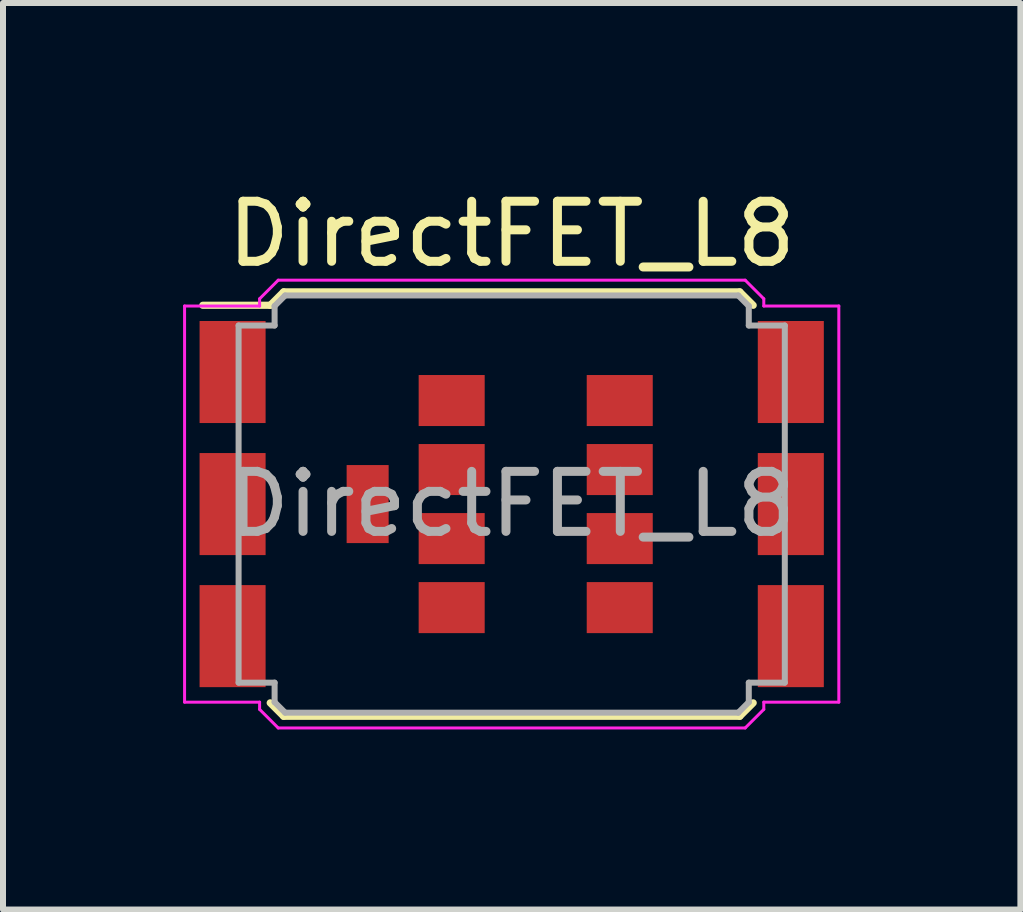
<source format=kicad_pcb>
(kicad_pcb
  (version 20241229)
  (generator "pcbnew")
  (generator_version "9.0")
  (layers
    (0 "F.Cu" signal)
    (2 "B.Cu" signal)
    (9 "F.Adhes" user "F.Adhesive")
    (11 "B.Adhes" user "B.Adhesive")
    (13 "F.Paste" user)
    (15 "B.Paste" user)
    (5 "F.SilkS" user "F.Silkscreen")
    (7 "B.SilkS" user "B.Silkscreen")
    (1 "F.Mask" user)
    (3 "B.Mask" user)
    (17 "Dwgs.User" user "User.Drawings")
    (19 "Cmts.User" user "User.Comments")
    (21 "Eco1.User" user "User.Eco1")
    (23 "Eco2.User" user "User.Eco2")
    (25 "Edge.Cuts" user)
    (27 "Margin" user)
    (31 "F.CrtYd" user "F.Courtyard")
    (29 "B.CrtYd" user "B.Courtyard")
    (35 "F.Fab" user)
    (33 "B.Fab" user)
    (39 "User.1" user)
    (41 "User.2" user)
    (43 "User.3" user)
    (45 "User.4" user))
  (footprint "DirectFET_L8"
    (layer "F.Cu")
    (at 5.475 5.348)
    (property "Reference" "DirectFET_L8" (at 0 -4.5 0) (layer "F.SilkS") (effects (font (size 1 1) (thickness 0.15))))
    (attr smd)
    (fp_line (start -5.146 -3.312) (end -4.023 -3.312) (stroke (width 0.12) (type solid)) (layer "F.SilkS"))
    (fp_line (start -4.023 -3.312) (end -3.8 -3.535) (stroke (width 0.12) (type solid)) (layer "F.SilkS"))
    (fp_line (start -4.023 3.312) (end -3.8 3.535) (stroke (width 0.12) (type solid)) (layer "F.SilkS"))
    (fp_line (start 3.8 -3.535) (end -3.8 -3.535) (stroke (width 0.12) (type solid)) (layer "F.SilkS"))
    (fp_line (start 3.8 3.535) (end -3.8 3.535) (stroke (width 0.12) (type solid)) (layer "F.SilkS"))
    (fp_line (start 4.023 -3.312) (end 3.8 -3.535) (stroke (width 0.12) (type solid)) (layer "F.SilkS"))
    (fp_line (start 4.023 3.312) (end 3.8 3.535) (stroke (width 0.12) (type solid)) (layer "F.SilkS"))
    (fp_line (start -5.45 -3.3) (end -5.45 3.3) (stroke (width 0.05) (type solid)) (layer "F.CrtYd"))
    (fp_line (start -4.2 -3.42) (end -3.89 -3.73) (stroke (width 0.05) (type solid)) (layer "F.CrtYd"))
    (fp_line (start -4.2 -3.3) (end -5.45 -3.3) (stroke (width 0.05) (type solid)) (layer "F.CrtYd"))
    (fp_line (start -4.2 -3.3) (end -4.2 -3.42) (stroke (width 0.05) (type solid)) (layer "F.CrtYd"))
    (fp_line (start -4.2 3.3) (end -5.45 3.3) (stroke (width 0.05) (type solid)) (layer "F.CrtYd"))
    (fp_line (start -4.2 3.3) (end -4.2 3.42) (stroke (width 0.05) (type solid)) (layer "F.CrtYd"))
    (fp_line (start -4.2 3.42) (end -3.89 3.73) (stroke (width 0.05) (type solid)) (layer "F.CrtYd"))
    (fp_line (start 3.89 -3.73) (end -3.89 -3.73) (stroke (width 0.05) (type solid)) (layer "F.CrtYd"))
    (fp_line (start 3.89 3.73) (end -3.89 3.73) (stroke (width 0.05) (type solid)) (layer "F.CrtYd"))
    (fp_line (start 4.2 -3.42) (end 3.89 -3.73) (stroke (width 0.05) (type solid)) (layer "F.CrtYd"))
    (fp_line (start 4.2 -3.3) (end 4.2 -3.42) (stroke (width 0.05) (type solid)) (layer "F.CrtYd"))
    (fp_line (start 4.2 -3.3) (end 5.45 -3.3) (stroke (width 0.05) (type solid)) (layer "F.CrtYd"))
    (fp_line (start 4.2 3.3) (end 4.2 3.42) (stroke (width 0.05) (type solid)) (layer "F.CrtYd"))
    (fp_line (start 4.2 3.3) (end 5.45 3.3) (stroke (width 0.05) (type solid)) (layer "F.CrtYd"))
    (fp_line (start 4.2 3.42) (end 3.89 3.73) (stroke (width 0.05) (type solid)) (layer "F.CrtYd"))
    (fp_line (start 5.45 -3.3) (end 5.45 3.3) (stroke (width 0.05) (type solid)) (layer "F.CrtYd"))
    (fp_line (start -4.55 -2.975) (end -4.55 2.975) (stroke (width 0.1) (type solid)) (layer "F.Fab"))
    (fp_line (start -4.55 -2.975) (end -3.95 -2.975) (stroke (width 0.1) (type solid)) (layer "F.Fab"))
    (fp_line (start -4.55 2.975) (end -3.95 2.975) (stroke (width 0.1) (type solid)) (layer "F.Fab"))
    (fp_line (start -3.95 -3.3) (end -3.775 -3.475) (stroke (width 0.1) (type solid)) (layer "F.Fab"))
    (fp_line (start -3.95 -2.975) (end -3.95 -3.3) (stroke (width 0.1) (type solid)) (layer "F.Fab"))
    (fp_line (start -3.95 2.975) (end -3.95 3.3) (stroke (width 0.1) (type solid)) (layer "F.Fab"))
    (fp_line (start -3.95 3.3) (end -3.775 3.475) (stroke (width 0.1) (type solid)) (layer "F.Fab"))
    (fp_line (start 3.775 -3.475) (end -3.775 -3.475) (stroke (width 0.1) (type solid)) (layer "F.Fab"))
    (fp_line (start 3.775 3.475) (end -3.775 3.475) (stroke (width 0.1) (type solid)) (layer "F.Fab"))
    (fp_line (start 3.95 -3.3) (end 3.775 -3.475) (stroke (width 0.1) (type solid)) (layer "F.Fab"))
    (fp_line (start 3.95 -2.975) (end 3.95 -3.3) (stroke (width 0.1) (type solid)) (layer "F.Fab"))
    (fp_line (start 3.95 2.975) (end 3.95 3.3) (stroke (width 0.1) (type solid)) (layer "F.Fab"))
    (fp_line (start 3.95 3.3) (end 3.775 3.475) (stroke (width 0.1) (type solid)) (layer "F.Fab"))
    (fp_line (start 4.55 -2.975) (end 3.95 -2.975) (stroke (width 0.1) (type solid)) (layer "F.Fab"))
    (fp_line (start 4.55 -2.975) (end 4.55 2.975) (stroke (width 0.1) (type solid)) (layer "F.Fab"))
    (fp_line (start 4.55 2.975) (end 3.95 2.975) (stroke (width 0.1) (type solid)) (layer "F.Fab"))
    (fp_text user "${REFERENCE}" (at 0 0 0) (layer "F.Fab") (effects (font (size 1 1) (thickness 0.15))))
    (pad "1" smd rect (at -4.65 -2.2) (size 1.1 1.7) (layers "F.Cu" "F.Mask" "F.Paste"))
    (pad "1" smd rect (at -4.65 0) (size 1.1 1.7) (layers "F.Cu" "F.Mask" "F.Paste"))
    (pad "1" smd rect (at -4.65 2.2) (size 1.1 1.7) (layers "F.Cu" "F.Mask" "F.Paste"))
    (pad "1" smd rect (at 4.65 -2.2) (size 1.1 1.7) (layers "F.Cu" "F.Mask" "F.Paste"))
    (pad "1" smd rect (at 4.65 0) (size 1.1 1.7) (layers "F.Cu" "F.Mask" "F.Paste"))
    (pad "1" smd rect (at 4.65 2.2) (size 1.1 1.7) (layers "F.Cu" "F.Mask" "F.Paste"))
    (pad "2" smd rect (at -2.4 0) (size 0.7 1.3) (layers "F.Cu" "F.Mask" "F.Paste"))
    (pad "3" smd rect (at -1 -1.725) (size 1.1 0.85) (layers "F.Cu" "F.Mask" "F.Paste"))
    (pad "3" smd rect (at -1 -0.575) (size 1.1 0.85) (layers "F.Cu" "F.Mask" "F.Paste"))
    (pad "3" smd rect (at -1 0.575) (size 1.1 0.85) (layers "F.Cu" "F.Mask" "F.Paste"))
    (pad "3" smd rect (at -1 1.725) (size 1.1 0.85) (layers "F.Cu" "F.Mask" "F.Paste"))
    (pad "3" smd rect (at 1.8 -1.725) (size 1.1 0.85) (layers "F.Cu" "F.Mask" "F.Paste"))
    (pad "3" smd rect (at 1.8 -0.575) (size 1.1 0.85) (layers "F.Cu" "F.Mask" "F.Paste"))
    (pad "3" smd rect (at 1.8 0.575) (size 1.1 0.85) (layers "F.Cu" "F.Mask" "F.Paste"))
    (pad "3" smd rect (at 1.8 1.725) (size 1.1 0.85) (layers "F.Cu" "F.Mask" "F.Paste")))
  (gr_rect
    (start -3 -3)
    (end 13.95 12.103)
    (stroke (width 0.1) (type default))
    (fill no)
    (layer "Edge.Cuts")))
</source>
